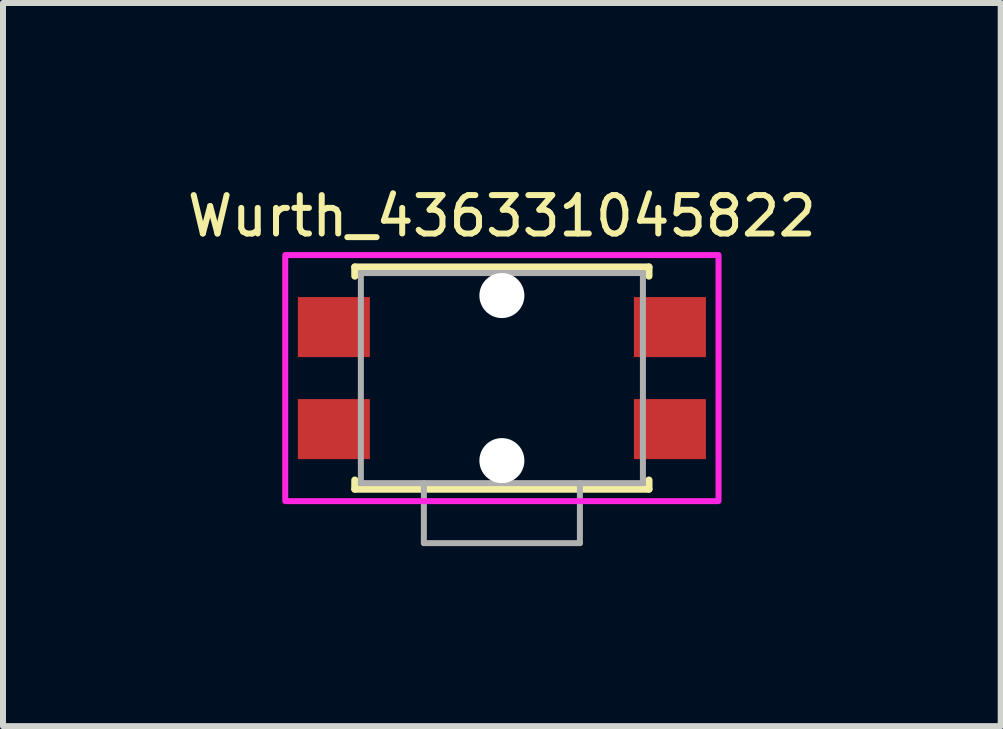
<source format=kicad_pcb>
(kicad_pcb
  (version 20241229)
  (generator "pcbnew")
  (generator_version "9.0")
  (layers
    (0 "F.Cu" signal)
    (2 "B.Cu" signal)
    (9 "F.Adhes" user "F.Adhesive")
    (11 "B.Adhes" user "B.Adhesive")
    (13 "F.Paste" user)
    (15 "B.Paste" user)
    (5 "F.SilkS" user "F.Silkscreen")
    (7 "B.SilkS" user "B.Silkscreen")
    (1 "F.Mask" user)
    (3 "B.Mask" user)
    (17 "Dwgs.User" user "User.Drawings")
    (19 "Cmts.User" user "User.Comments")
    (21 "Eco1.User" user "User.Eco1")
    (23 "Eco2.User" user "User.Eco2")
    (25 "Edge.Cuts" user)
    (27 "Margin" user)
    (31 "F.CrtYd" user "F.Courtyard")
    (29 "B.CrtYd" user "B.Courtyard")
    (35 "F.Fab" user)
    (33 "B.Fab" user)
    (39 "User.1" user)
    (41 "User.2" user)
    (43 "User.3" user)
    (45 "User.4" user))
  (footprint "Wurth_436331045822"
    (layer "F.Cu")
    (at 5.313 3.25)
    (property "Reference" "Wurth_436331045822" (at 0 -2.7 0) (layer "F.SilkS") (effects (font (size 0.64 0.64) (thickness 0.1))))
    (attr smd)
    (fp_line (start -2.45 -1.85) (end 2.45 -1.85) (stroke (width 0.12) (type solid)) (layer "F.SilkS"))
    (fp_line (start -2.45 -1.7) (end -2.45 -1.85) (stroke (width 0.12) (type solid)) (layer "F.SilkS"))
    (fp_line (start -2.45 1.7) (end -2.45 1.85) (stroke (width 0.12) (type solid)) (layer "F.SilkS"))
    (fp_line (start -2.45 1.85) (end 2.45 1.85) (stroke (width 0.12) (type solid)) (layer "F.SilkS"))
    (fp_line (start 2.45 -1.85) (end 2.45 -1.7) (stroke (width 0.12) (type solid)) (layer "F.SilkS"))
    (fp_line (start 2.45 1.85) (end 2.45 1.7) (stroke (width 0.12) (type solid)) (layer "F.SilkS"))
    (fp_poly (pts (xy -3.61 -2.05) (xy 3.61 -2.05) (xy 3.61 2.05) (xy -3.61 2.05)) (stroke (width 0.1) (type solid)) (fill no) (layer "F.CrtYd"))
    (fp_line (start -2.35 -1.75) (end -2.35 1.75) (stroke (width 0.1) (type solid)) (layer "F.Fab"))
    (fp_line (start -1.3 1.75) (end -1.3 2.75) (stroke (width 0.1) (type solid)) (layer "F.Fab"))
    (fp_line (start -1.3 2.75) (end 1.3 2.75) (stroke (width 0.1) (type solid)) (layer "F.Fab"))
    (fp_line (start 1.3 2.75) (end 1.3 1.75) (stroke (width 0.1) (type solid)) (layer "F.Fab"))
    (fp_line (start 2.35 -1.75) (end -2.35 -1.75) (stroke (width 0.1) (type solid)) (layer "F.Fab"))
    (fp_line (start 2.35 1.75) (end -2.35 1.75) (stroke (width 0.1) (type solid)) (layer "F.Fab"))
    (fp_line (start 2.35 1.75) (end 2.35 -1.75) (stroke (width 0.1) (type solid)) (layer "F.Fab"))
    (pad "" np_thru_hole circle (at 0 -1.375) (size 0.75 0.75) (drill 0.75) (layers "*.Cu" "*.Mask"))
    (pad "" np_thru_hole circle (at 0 1.375) (size 0.75 0.75) (drill 0.75) (layers "*.Cu" "*.Mask"))
    (pad "1" smd rect (at 2.8 -0.85) (size 1.2 1) (layers "F.Cu" "F.Mask" "F.Paste"))
    (pad "2" smd rect (at 2.8 0.85) (size 1.2 1) (layers "F.Cu" "F.Mask" "F.Paste"))
    (pad "3" smd rect (at -2.8 -0.85) (size 1.2 1) (layers "F.Cu" "F.Mask" "F.Paste"))
    (pad "4" smd rect (at -2.8 0.85) (size 1.2 1) (layers "F.Cu" "F.Mask" "F.Paste")))
  (gr_rect
    (start -3 -3)
    (end 13.625 9.05)
    (stroke (width 0.1) (type default))
    (fill no)
    (layer "Edge.Cuts")))
</source>
